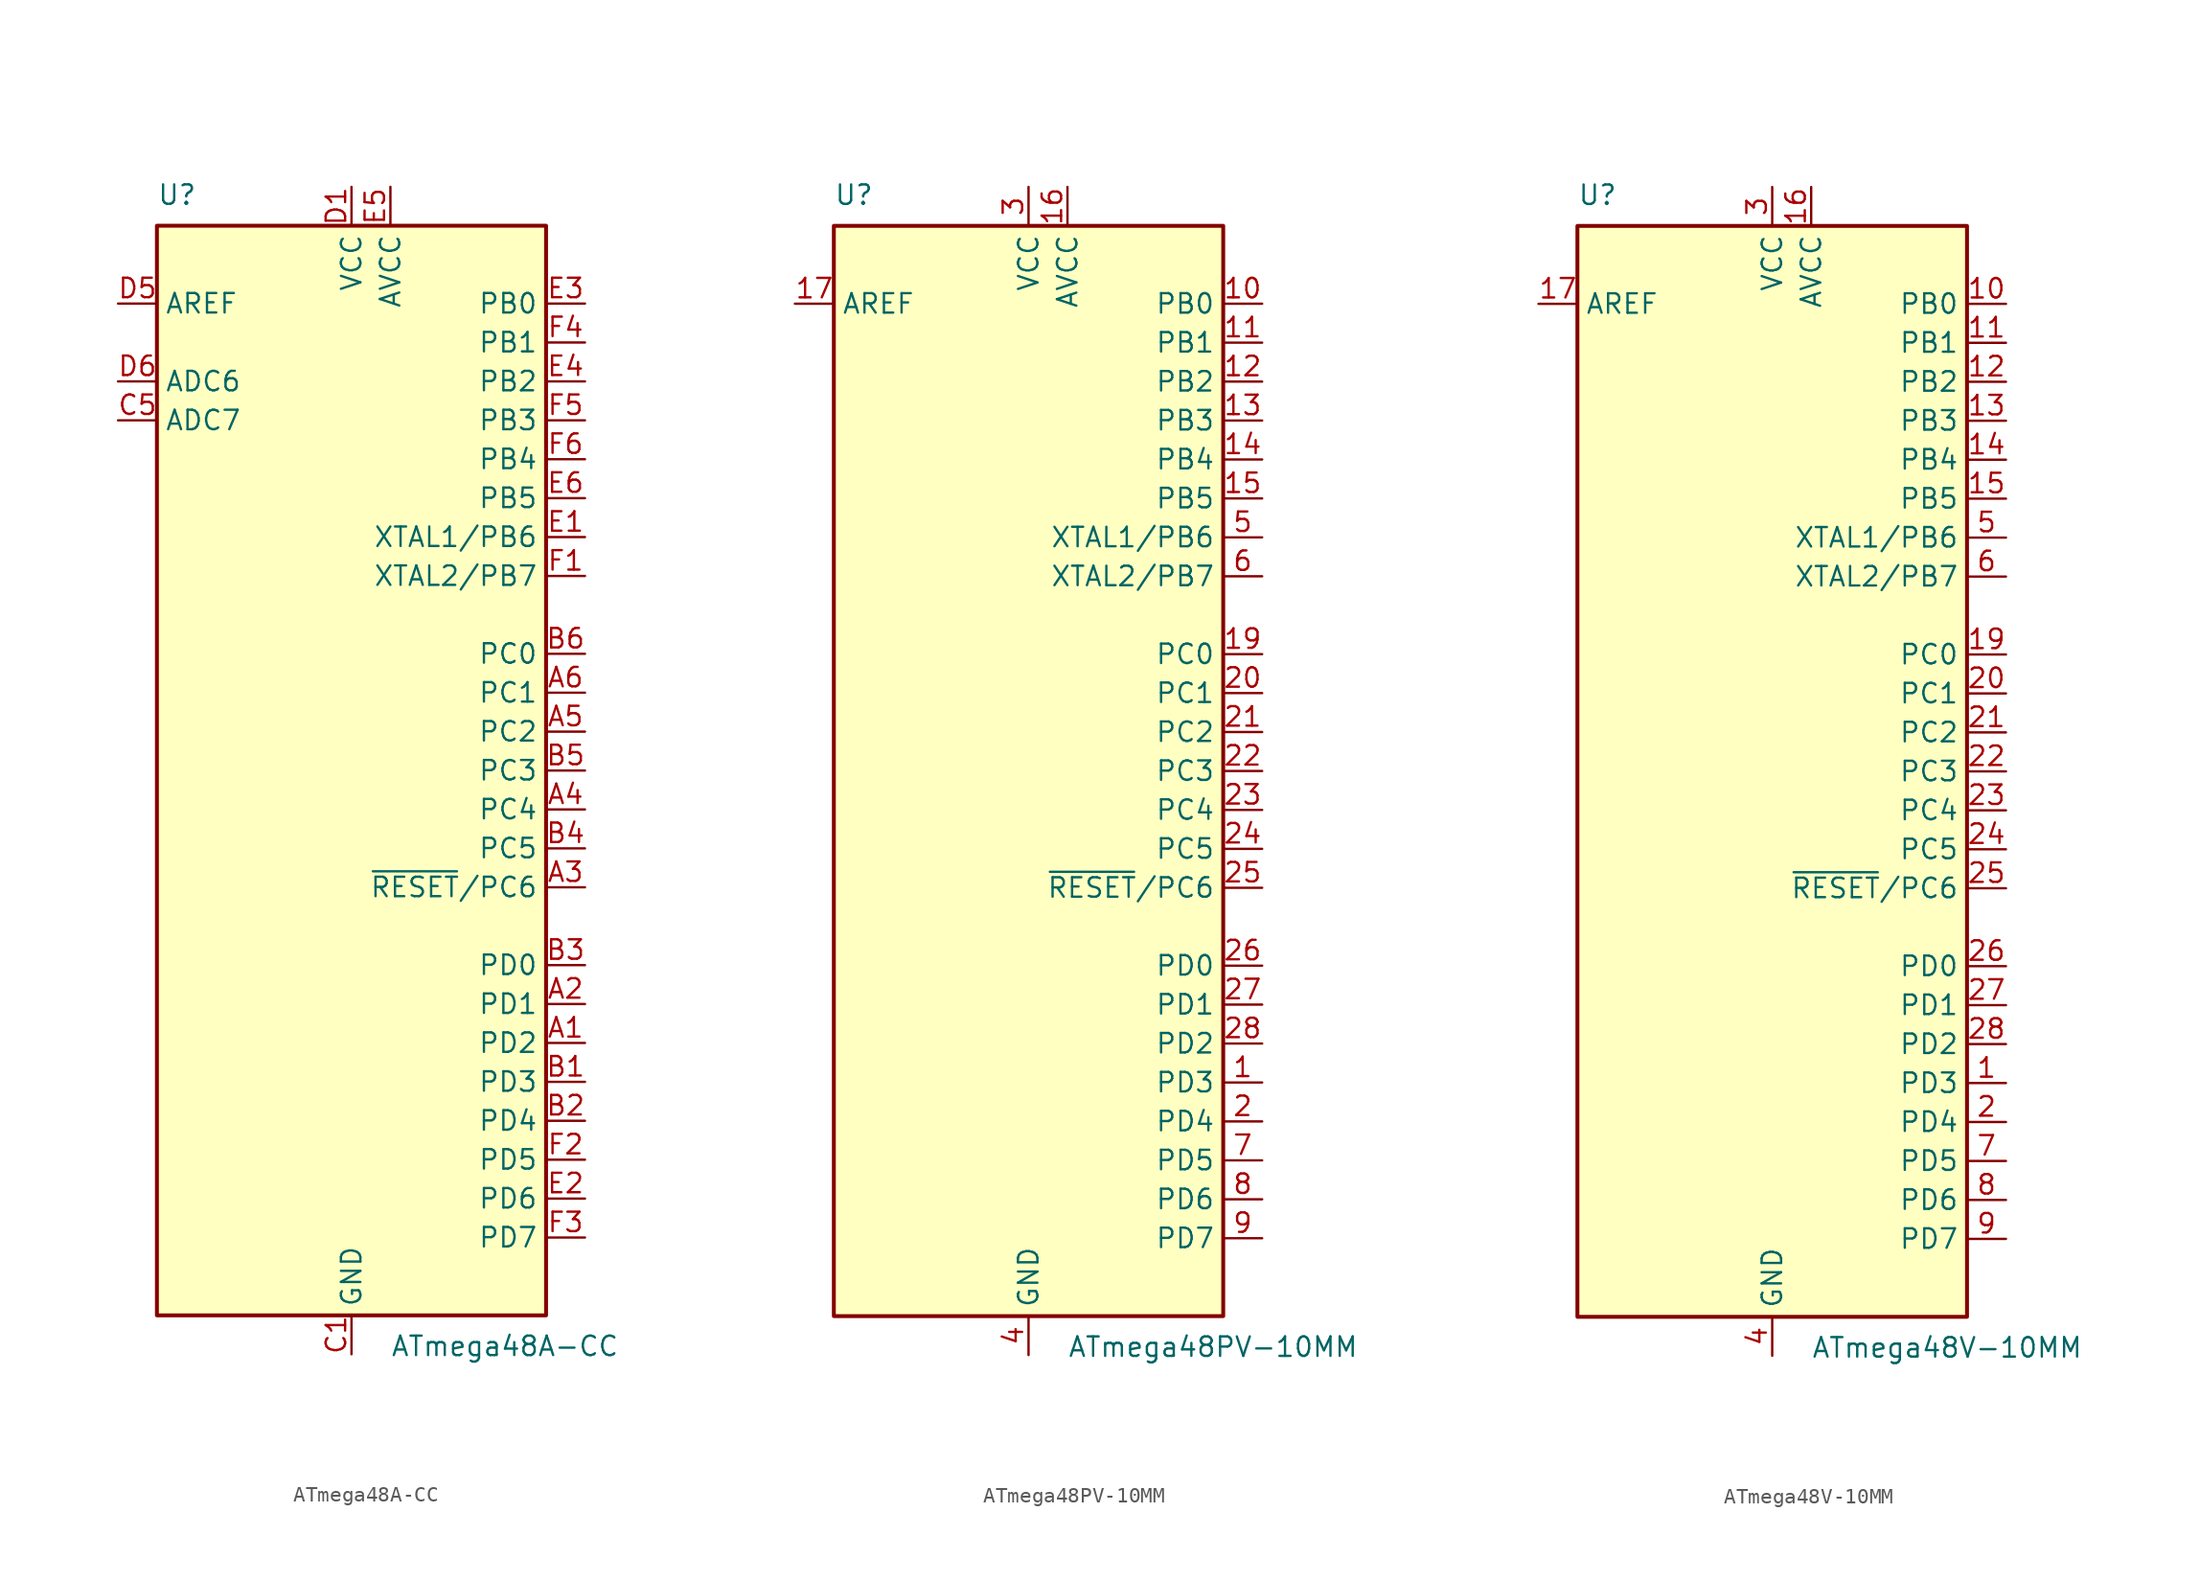
<source format=kicad_sym>
(kicad_symbol_lib
  (version 20231120)
  (generator "kicad_symbol_editor")
  (generator_version "8.0")
  (symbol "ATmega48A-CC"
    (property "Reference" "U"
      (at -12.7 36.83 0)
      (effects (font (size 1.27 1.27)) (justify left bottom)))
    (property "Value" "ATmega48A-CC"
      (at 2.54 -36.83 0)
      (effects (font (size 1.27 1.27)) (justify left top)))
    (symbol "ATmega48A-CC_0_1"
      (rectangle (start -12.7 -35.56) (end 12.7 35.56) (stroke (width 0.254) (type default)) (fill (type background))))
    (symbol "ATmega48A-CC_1_1"
      (pin bidirectional line (at 15.24 -17.78 180) (length 2.54) (name "PD2" (effects (font (size 1.27 1.27)))) (number "A1" (effects (font (size 1.27 1.27)))))
      (pin bidirectional line (at 15.24 -15.24 180) (length 2.54) (name "PD1" (effects (font (size 1.27 1.27)))) (number "A2" (effects (font (size 1.27 1.27)))))
      (pin bidirectional line (at 15.24 -7.62 180) (length 2.54) (name "~{RESET}/PC6" (effects (font (size 1.27 1.27)))) (number "A3" (effects (font (size 1.27 1.27)))))
      (pin bidirectional line (at 15.24 -2.54 180) (length 2.54) (name "PC4" (effects (font (size 1.27 1.27)))) (number "A4" (effects (font (size 1.27 1.27)))))
      (pin bidirectional line (at 15.24 2.54 180) (length 2.54) (name "PC2" (effects (font (size 1.27 1.27)))) (number "A5" (effects (font (size 1.27 1.27)))))
      (pin bidirectional line (at 15.24 5.08 180) (length 2.54) (name "PC1" (effects (font (size 1.27 1.27)))) (number "A6" (effects (font (size 1.27 1.27)))))
      (pin bidirectional line (at 15.24 -20.32 180) (length 2.54) (name "PD3" (effects (font (size 1.27 1.27)))) (number "B1" (effects (font (size 1.27 1.27)))))
      (pin bidirectional line (at 15.24 -22.86 180) (length 2.54) (name "PD4" (effects (font (size 1.27 1.27)))) (number "B2" (effects (font (size 1.27 1.27)))))
      (pin bidirectional line (at 15.24 -12.7 180) (length 2.54) (name "PD0" (effects (font (size 1.27 1.27)))) (number "B3" (effects (font (size 1.27 1.27)))))
      (pin bidirectional line (at 15.24 -5.08 180) (length 2.54) (name "PC5" (effects (font (size 1.27 1.27)))) (number "B4" (effects (font (size 1.27 1.27)))))
      (pin bidirectional line (at 15.24 0 180) (length 2.54) (name "PC3" (effects (font (size 1.27 1.27)))) (number "B5" (effects (font (size 1.27 1.27)))))
      (pin bidirectional line (at 15.24 7.62 180) (length 2.54) (name "PC0" (effects (font (size 1.27 1.27)))) (number "B6" (effects (font (size 1.27 1.27)))))
      (pin power_in line (at 0 -38.1 90) (length 2.54) (name "GND" (effects (font (size 1.27 1.27)))) (number "C1" (effects (font (size 1.27 1.27)))))
      (pin passive line (at 0 -38.1 90) (length 2.54) hide (name "GND" (effects (font (size 1.27 1.27)))) (number "C2" (effects (font (size 1.27 1.27)))))
      (pin input line (at -15.24 22.86 0) (length 2.54) (name "ADC7" (effects (font (size 1.27 1.27)))) (number "C5" (effects (font (size 1.27 1.27)))))
      (pin passive line (at 0 -38.1 90) (length 2.54) hide (name "GND" (effects (font (size 1.27 1.27)))) (number "C6" (effects (font (size 1.27 1.27)))))
      (pin power_in line (at 0 38.1 270) (length 2.54) (name "VCC" (effects (font (size 1.27 1.27)))) (number "D1" (effects (font (size 1.27 1.27)))))
      (pin passive line (at 0 38.1 270) (length 2.54) hide (name "VCC" (effects (font (size 1.27 1.27)))) (number "D2" (effects (font (size 1.27 1.27)))))
      (pin passive line (at -15.24 30.48 0) (length 2.54) (name "AREF" (effects (font (size 1.27 1.27)))) (number "D5" (effects (font (size 1.27 1.27)))))
      (pin input line (at -15.24 25.4 0) (length 2.54) (name "ADC6" (effects (font (size 1.27 1.27)))) (number "D6" (effects (font (size 1.27 1.27)))))
      (pin bidirectional line (at 15.24 15.24 180) (length 2.54) (name "XTAL1/PB6" (effects (font (size 1.27 1.27)))) (number "E1" (effects (font (size 1.27 1.27)))))
      (pin bidirectional line (at 15.24 -27.94 180) (length 2.54) (name "PD6" (effects (font (size 1.27 1.27)))) (number "E2" (effects (font (size 1.27 1.27)))))
      (pin bidirectional line (at 15.24 30.48 180) (length 2.54) (name "PB0" (effects (font (size 1.27 1.27)))) (number "E3" (effects (font (size 1.27 1.27)))))
      (pin bidirectional line (at 15.24 25.4 180) (length 2.54) (name "PB2" (effects (font (size 1.27 1.27)))) (number "E4" (effects (font (size 1.27 1.27)))))
      (pin power_in line (at 2.54 38.1 270) (length 2.54) (name "AVCC" (effects (font (size 1.27 1.27)))) (number "E5" (effects (font (size 1.27 1.27)))))
      (pin bidirectional line (at 15.24 17.78 180) (length 2.54) (name "PB5" (effects (font (size 1.27 1.27)))) (number "E6" (effects (font (size 1.27 1.27)))))
      (pin bidirectional line (at 15.24 12.7 180) (length 2.54) (name "XTAL2/PB7" (effects (font (size 1.27 1.27)))) (number "F1" (effects (font (size 1.27 1.27)))))
      (pin bidirectional line (at 15.24 -25.4 180) (length 2.54) (name "PD5" (effects (font (size 1.27 1.27)))) (number "F2" (effects (font (size 1.27 1.27)))))
      (pin bidirectional line (at 15.24 -30.48 180) (length 2.54) (name "PD7" (effects (font (size 1.27 1.27)))) (number "F3" (effects (font (size 1.27 1.27)))))
      (pin bidirectional line (at 15.24 27.94 180) (length 2.54) (name "PB1" (effects (font (size 1.27 1.27)))) (number "F4" (effects (font (size 1.27 1.27)))))
      (pin bidirectional line (at 15.24 22.86 180) (length 2.54) (name "PB3" (effects (font (size 1.27 1.27)))) (number "F5" (effects (font (size 1.27 1.27)))))
      (pin bidirectional line (at 15.24 20.32 180) (length 2.54) (name "PB4" (effects (font (size 1.27 1.27)))) (number "F6" (effects (font (size 1.27 1.27)))))))
  (symbol "ATmega48PV-10MM"
    (property "Reference" "U"
      (at -12.7 36.83 0)
      (effects (font (size 1.27 1.27)) (justify left bottom)))
    (property "Value" "ATmega48PV-10MM"
      (at 2.54 -36.83 0)
      (effects (font (size 1.27 1.27)) (justify left top)))
    (symbol "ATmega48PV-10MM_0_1"
      (rectangle (start -12.7 -35.56) (end 12.7 35.56) (stroke (width 0.254) (type default)) (fill (type background))))
    (symbol "ATmega48PV-10MM_1_1"
      (pin bidirectional line (at 15.24 -20.32 180) (length 2.54) (name "PD3" (effects (font (size 1.27 1.27)))) (number "1" (effects (font (size 1.27 1.27)))))
      (pin bidirectional line (at 15.24 30.48 180) (length 2.54) (name "PB0" (effects (font (size 1.27 1.27)))) (number "10" (effects (font (size 1.27 1.27)))))
      (pin bidirectional line (at 15.24 27.94 180) (length 2.54) (name "PB1" (effects (font (size 1.27 1.27)))) (number "11" (effects (font (size 1.27 1.27)))))
      (pin bidirectional line (at 15.24 25.4 180) (length 2.54) (name "PB2" (effects (font (size 1.27 1.27)))) (number "12" (effects (font (size 1.27 1.27)))))
      (pin bidirectional line (at 15.24 22.86 180) (length 2.54) (name "PB3" (effects (font (size 1.27 1.27)))) (number "13" (effects (font (size 1.27 1.27)))))
      (pin bidirectional line (at 15.24 20.32 180) (length 2.54) (name "PB4" (effects (font (size 1.27 1.27)))) (number "14" (effects (font (size 1.27 1.27)))))
      (pin bidirectional line (at 15.24 17.78 180) (length 2.54) (name "PB5" (effects (font (size 1.27 1.27)))) (number "15" (effects (font (size 1.27 1.27)))))
      (pin power_in line (at 2.54 38.1 270) (length 2.54) (name "AVCC" (effects (font (size 1.27 1.27)))) (number "16" (effects (font (size 1.27 1.27)))))
      (pin passive line (at -15.24 30.48 0) (length 2.54) (name "AREF" (effects (font (size 1.27 1.27)))) (number "17" (effects (font (size 1.27 1.27)))))
      (pin passive line (at 0 -38.1 90) (length 2.54) hide (name "GND" (effects (font (size 1.27 1.27)))) (number "18" (effects (font (size 1.27 1.27)))))
      (pin bidirectional line (at 15.24 7.62 180) (length 2.54) (name "PC0" (effects (font (size 1.27 1.27)))) (number "19" (effects (font (size 1.27 1.27)))))
      (pin bidirectional line (at 15.24 -22.86 180) (length 2.54) (name "PD4" (effects (font (size 1.27 1.27)))) (number "2" (effects (font (size 1.27 1.27)))))
      (pin bidirectional line (at 15.24 5.08 180) (length 2.54) (name "PC1" (effects (font (size 1.27 1.27)))) (number "20" (effects (font (size 1.27 1.27)))))
      (pin bidirectional line (at 15.24 2.54 180) (length 2.54) (name "PC2" (effects (font (size 1.27 1.27)))) (number "21" (effects (font (size 1.27 1.27)))))
      (pin bidirectional line (at 15.24 0 180) (length 2.54) (name "PC3" (effects (font (size 1.27 1.27)))) (number "22" (effects (font (size 1.27 1.27)))))
      (pin bidirectional line (at 15.24 -2.54 180) (length 2.54) (name "PC4" (effects (font (size 1.27 1.27)))) (number "23" (effects (font (size 1.27 1.27)))))
      (pin bidirectional line (at 15.24 -5.08 180) (length 2.54) (name "PC5" (effects (font (size 1.27 1.27)))) (number "24" (effects (font (size 1.27 1.27)))))
      (pin bidirectional line (at 15.24 -7.62 180) (length 2.54) (name "~{RESET}/PC6" (effects (font (size 1.27 1.27)))) (number "25" (effects (font (size 1.27 1.27)))))
      (pin bidirectional line (at 15.24 -12.7 180) (length 2.54) (name "PD0" (effects (font (size 1.27 1.27)))) (number "26" (effects (font (size 1.27 1.27)))))
      (pin bidirectional line (at 15.24 -15.24 180) (length 2.54) (name "PD1" (effects (font (size 1.27 1.27)))) (number "27" (effects (font (size 1.27 1.27)))))
      (pin bidirectional line (at 15.24 -17.78 180) (length 2.54) (name "PD2" (effects (font (size 1.27 1.27)))) (number "28" (effects (font (size 1.27 1.27)))))
      (pin passive line (at 0 -38.1 90) (length 2.54) hide (name "GND" (effects (font (size 1.27 1.27)))) (number "29" (effects (font (size 1.27 1.27)))))
      (pin power_in line (at 0 38.1 270) (length 2.54) (name "VCC" (effects (font (size 1.27 1.27)))) (number "3" (effects (font (size 1.27 1.27)))))
      (pin power_in line (at 0 -38.1 90) (length 2.54) (name "GND" (effects (font (size 1.27 1.27)))) (number "4" (effects (font (size 1.27 1.27)))))
      (pin bidirectional line (at 15.24 15.24 180) (length 2.54) (name "XTAL1/PB6" (effects (font (size 1.27 1.27)))) (number "5" (effects (font (size 1.27 1.27)))))
      (pin bidirectional line (at 15.24 12.7 180) (length 2.54) (name "XTAL2/PB7" (effects (font (size 1.27 1.27)))) (number "6" (effects (font (size 1.27 1.27)))))
      (pin bidirectional line (at 15.24 -25.4 180) (length 2.54) (name "PD5" (effects (font (size 1.27 1.27)))) (number "7" (effects (font (size 1.27 1.27)))))
      (pin bidirectional line (at 15.24 -27.94 180) (length 2.54) (name "PD6" (effects (font (size 1.27 1.27)))) (number "8" (effects (font (size 1.27 1.27)))))
      (pin bidirectional line (at 15.24 -30.48 180) (length 2.54) (name "PD7" (effects (font (size 1.27 1.27)))) (number "9" (effects (font (size 1.27 1.27)))))))
  (symbol "ATmega48V-10MM"
    (property "Reference" "U"
      (at -12.7 36.83 0)
      (effects (font (size 1.27 1.27)) (justify left bottom)))
    (property "Value" "ATmega48V-10MM"
      (at 2.54 -36.83 0)
      (effects (font (size 1.27 1.27)) (justify left top)))
    (symbol "ATmega48V-10MM_0_1"
      (rectangle (start -12.7 -35.56) (end 12.7 35.56) (stroke (width 0.254) (type default)) (fill (type background))))
    (symbol "ATmega48V-10MM_1_1"
      (pin bidirectional line (at 15.24 -20.32 180) (length 2.54) (name "PD3" (effects (font (size 1.27 1.27)))) (number "1" (effects (font (size 1.27 1.27)))))
      (pin bidirectional line (at 15.24 30.48 180) (length 2.54) (name "PB0" (effects (font (size 1.27 1.27)))) (number "10" (effects (font (size 1.27 1.27)))))
      (pin bidirectional line (at 15.24 27.94 180) (length 2.54) (name "PB1" (effects (font (size 1.27 1.27)))) (number "11" (effects (font (size 1.27 1.27)))))
      (pin bidirectional line (at 15.24 25.4 180) (length 2.54) (name "PB2" (effects (font (size 1.27 1.27)))) (number "12" (effects (font (size 1.27 1.27)))))
      (pin bidirectional line (at 15.24 22.86 180) (length 2.54) (name "PB3" (effects (font (size 1.27 1.27)))) (number "13" (effects (font (size 1.27 1.27)))))
      (pin bidirectional line (at 15.24 20.32 180) (length 2.54) (name "PB4" (effects (font (size 1.27 1.27)))) (number "14" (effects (font (size 1.27 1.27)))))
      (pin bidirectional line (at 15.24 17.78 180) (length 2.54) (name "PB5" (effects (font (size 1.27 1.27)))) (number "15" (effects (font (size 1.27 1.27)))))
      (pin power_in line (at 2.54 38.1 270) (length 2.54) (name "AVCC" (effects (font (size 1.27 1.27)))) (number "16" (effects (font (size 1.27 1.27)))))
      (pin passive line (at -15.24 30.48 0) (length 2.54) (name "AREF" (effects (font (size 1.27 1.27)))) (number "17" (effects (font (size 1.27 1.27)))))
      (pin passive line (at 0 -38.1 90) (length 2.54) hide (name "GND" (effects (font (size 1.27 1.27)))) (number "18" (effects (font (size 1.27 1.27)))))
      (pin bidirectional line (at 15.24 7.62 180) (length 2.54) (name "PC0" (effects (font (size 1.27 1.27)))) (number "19" (effects (font (size 1.27 1.27)))))
      (pin bidirectional line (at 15.24 -22.86 180) (length 2.54) (name "PD4" (effects (font (size 1.27 1.27)))) (number "2" (effects (font (size 1.27 1.27)))))
      (pin bidirectional line (at 15.24 5.08 180) (length 2.54) (name "PC1" (effects (font (size 1.27 1.27)))) (number "20" (effects (font (size 1.27 1.27)))))
      (pin bidirectional line (at 15.24 2.54 180) (length 2.54) (name "PC2" (effects (font (size 1.27 1.27)))) (number "21" (effects (font (size 1.27 1.27)))))
      (pin bidirectional line (at 15.24 0 180) (length 2.54) (name "PC3" (effects (font (size 1.27 1.27)))) (number "22" (effects (font (size 1.27 1.27)))))
      (pin bidirectional line (at 15.24 -2.54 180) (length 2.54) (name "PC4" (effects (font (size 1.27 1.27)))) (number "23" (effects (font (size 1.27 1.27)))))
      (pin bidirectional line (at 15.24 -5.08 180) (length 2.54) (name "PC5" (effects (font (size 1.27 1.27)))) (number "24" (effects (font (size 1.27 1.27)))))
      (pin bidirectional line (at 15.24 -7.62 180) (length 2.54) (name "~{RESET}/PC6" (effects (font (size 1.27 1.27)))) (number "25" (effects (font (size 1.27 1.27)))))
      (pin bidirectional line (at 15.24 -12.7 180) (length 2.54) (name "PD0" (effects (font (size 1.27 1.27)))) (number "26" (effects (font (size 1.27 1.27)))))
      (pin bidirectional line (at 15.24 -15.24 180) (length 2.54) (name "PD1" (effects (font (size 1.27 1.27)))) (number "27" (effects (font (size 1.27 1.27)))))
      (pin bidirectional line (at 15.24 -17.78 180) (length 2.54) (name "PD2" (effects (font (size 1.27 1.27)))) (number "28" (effects (font (size 1.27 1.27)))))
      (pin passive line (at 0 -38.1 90) (length 2.54) hide (name "GND" (effects (font (size 1.27 1.27)))) (number "29" (effects (font (size 1.27 1.27)))))
      (pin power_in line (at 0 38.1 270) (length 2.54) (name "VCC" (effects (font (size 1.27 1.27)))) (number "3" (effects (font (size 1.27 1.27)))))
      (pin power_in line (at 0 -38.1 90) (length 2.54) (name "GND" (effects (font (size 1.27 1.27)))) (number "4" (effects (font (size 1.27 1.27)))))
      (pin bidirectional line (at 15.24 15.24 180) (length 2.54) (name "XTAL1/PB6" (effects (font (size 1.27 1.27)))) (number "5" (effects (font (size 1.27 1.27)))))
      (pin bidirectional line (at 15.24 12.7 180) (length 2.54) (name "XTAL2/PB7" (effects (font (size 1.27 1.27)))) (number "6" (effects (font (size 1.27 1.27)))))
      (pin bidirectional line (at 15.24 -25.4 180) (length 2.54) (name "PD5" (effects (font (size 1.27 1.27)))) (number "7" (effects (font (size 1.27 1.27)))))
      (pin bidirectional line (at 15.24 -27.94 180) (length 2.54) (name "PD6" (effects (font (size 1.27 1.27)))) (number "8" (effects (font (size 1.27 1.27)))))
      (pin bidirectional line (at 15.24 -30.48 180) (length 2.54) (name "PD7" (effects (font (size 1.27 1.27)))) (number "9" (effects (font (size 1.27 1.27))))))))
</source>
